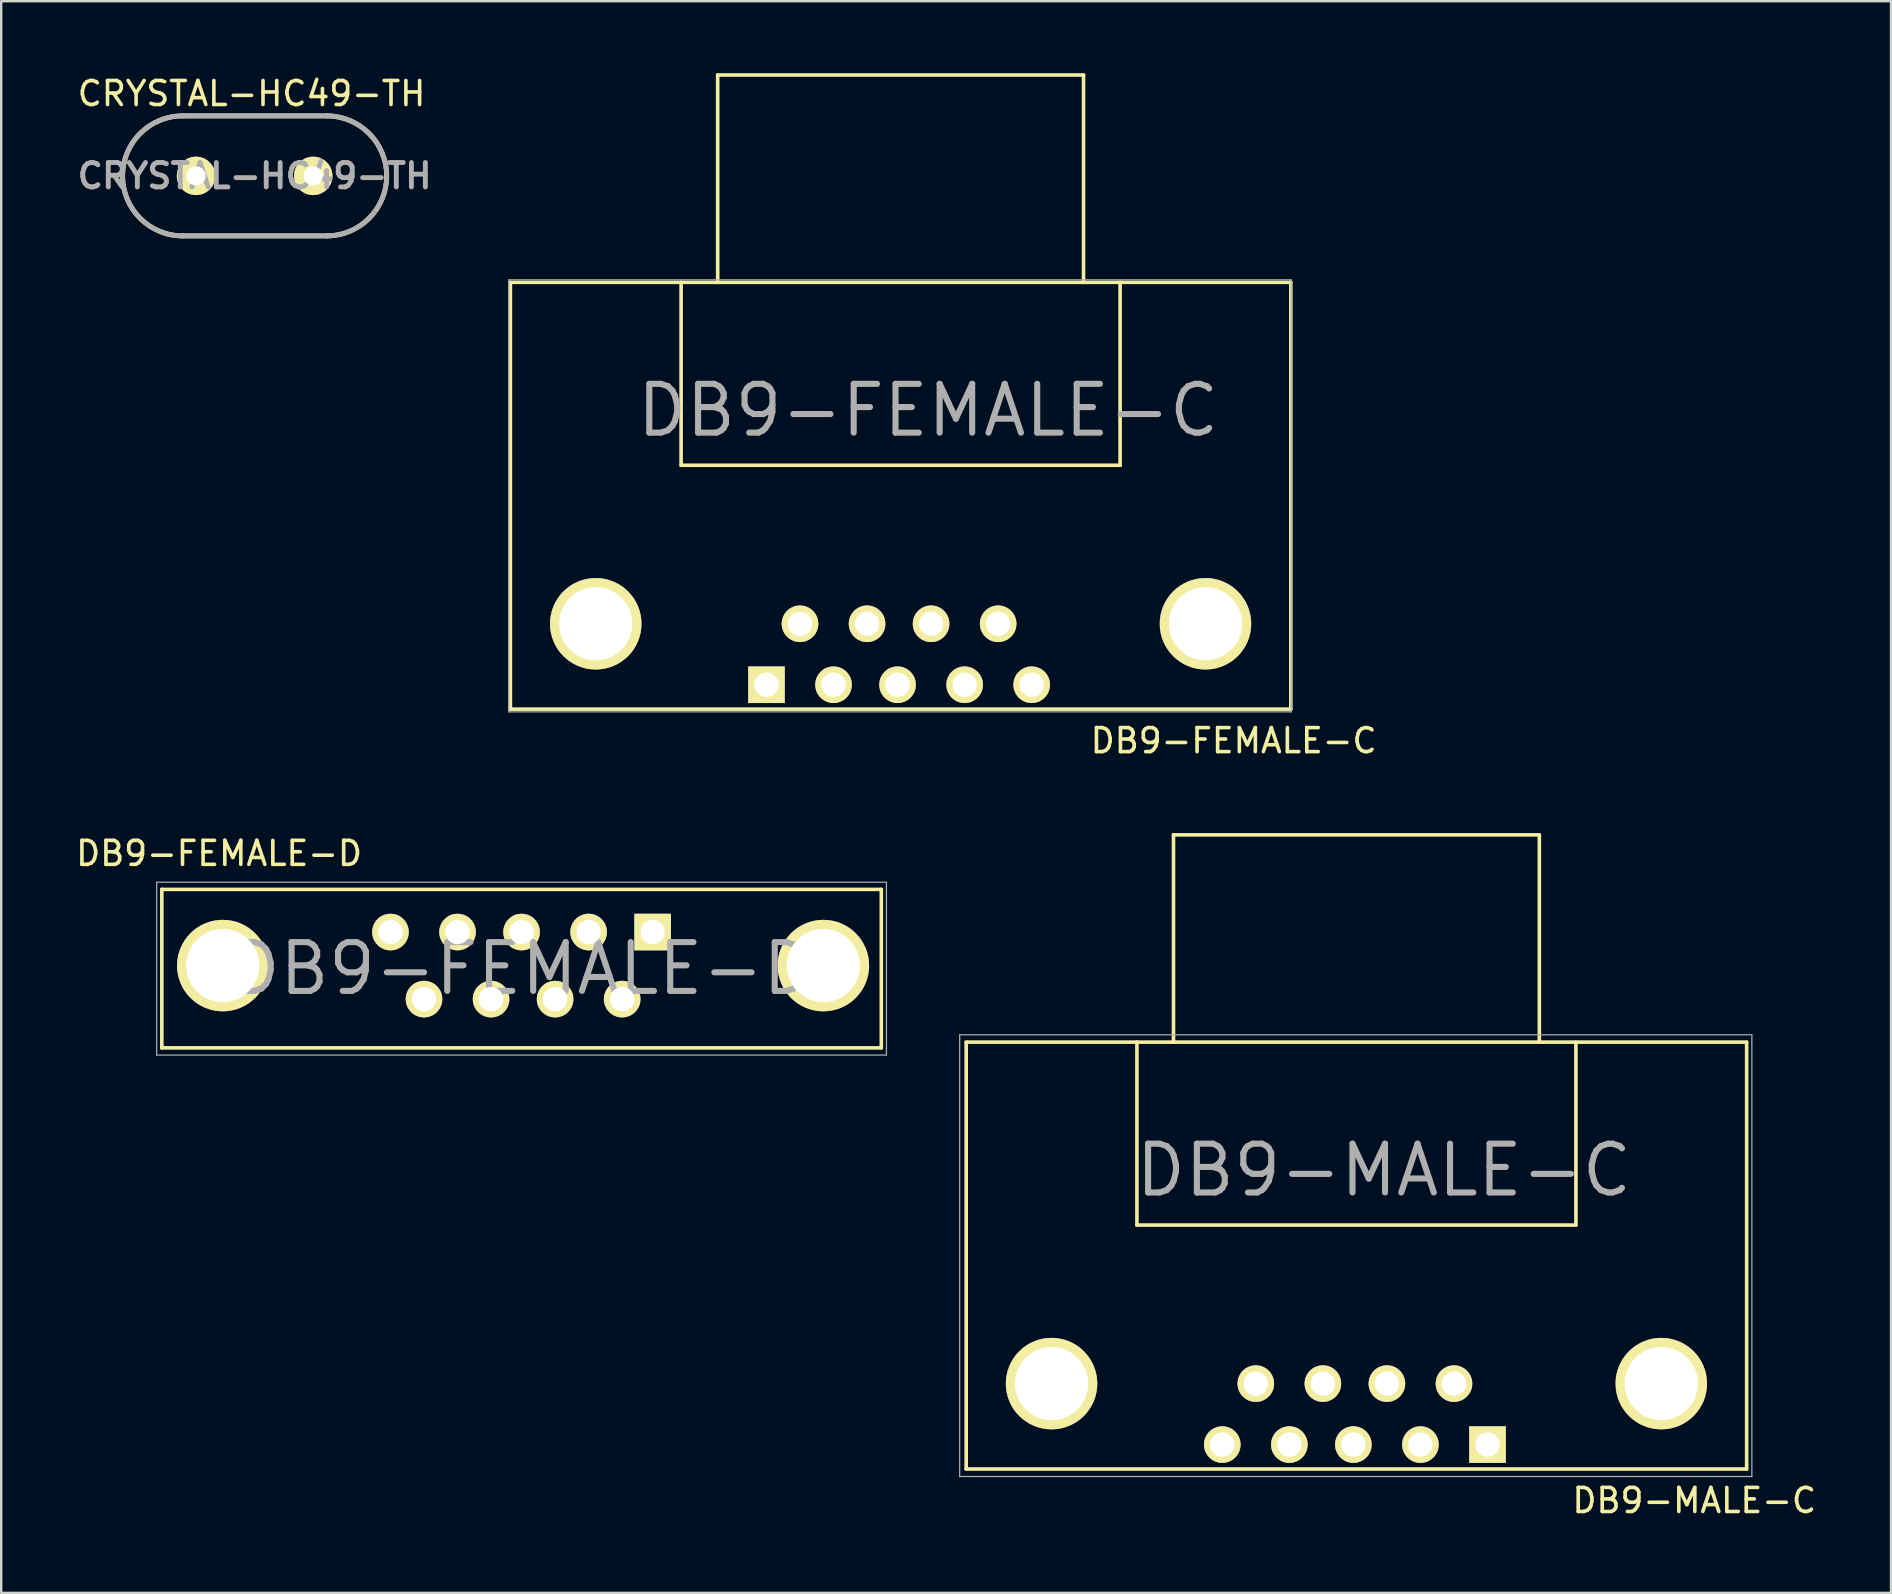
<source format=kicad_pcb>
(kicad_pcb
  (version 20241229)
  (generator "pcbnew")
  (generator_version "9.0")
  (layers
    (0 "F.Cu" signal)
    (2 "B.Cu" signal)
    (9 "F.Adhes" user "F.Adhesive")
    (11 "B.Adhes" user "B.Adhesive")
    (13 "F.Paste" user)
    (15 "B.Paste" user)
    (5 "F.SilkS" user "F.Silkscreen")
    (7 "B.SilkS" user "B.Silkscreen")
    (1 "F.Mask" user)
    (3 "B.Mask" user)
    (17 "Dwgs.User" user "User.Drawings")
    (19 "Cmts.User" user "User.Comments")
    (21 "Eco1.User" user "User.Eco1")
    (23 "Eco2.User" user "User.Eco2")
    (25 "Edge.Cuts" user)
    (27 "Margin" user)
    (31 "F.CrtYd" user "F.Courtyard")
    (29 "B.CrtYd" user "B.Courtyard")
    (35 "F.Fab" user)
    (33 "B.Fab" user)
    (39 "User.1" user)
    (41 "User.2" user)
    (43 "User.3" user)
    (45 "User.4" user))
  (footprint "DB9-FEMALE-C"
    (layer "F.Cu")
    (at 34.34 24.205)
    (property "Reference" "DB9-FEMALE-C" (at 1.27 -10.16 0) (layer "F.Fab") (effects (font (size 2.032 2.032) (thickness 0.254))))
    (attr smd)
    (fp_line (start -16.129 -15.494) (end -16.129 2.286) (stroke (width 0.15) (type solid)) (layer "F.SilkS"))
    (fp_line (start -16.129 2.286) (end 16.383 2.286) (stroke (width 0.15) (type solid)) (layer "F.SilkS"))
    (fp_line (start -9.017 -15.494) (end -9.017 -7.874) (stroke (width 0.15) (type solid)) (layer "F.SilkS"))
    (fp_line (start -9.017 -7.874) (end 9.271 -7.874) (stroke (width 0.15) (type solid)) (layer "F.SilkS"))
    (fp_line (start -7.493 -24.13) (end 7.747 -24.13) (stroke (width 0.15) (type solid)) (layer "F.SilkS"))
    (fp_line (start -7.493 -15.494) (end -7.493 -24.13) (stroke (width 0.15) (type solid)) (layer "F.SilkS"))
    (fp_line (start 7.747 -24.13) (end 7.747 -15.494) (stroke (width 0.15) (type solid)) (layer "F.SilkS"))
    (fp_line (start 9.271 -7.874) (end 9.271 -15.494) (stroke (width 0.15) (type solid)) (layer "F.SilkS"))
    (fp_line (start 16.383 -15.494) (end -16.129 -15.494) (stroke (width 0.15) (type solid)) (layer "F.SilkS"))
    (fp_line (start 16.383 2.286) (end 16.383 -15.494) (stroke (width 0.15) (type solid)) (layer "F.SilkS"))
    (fp_line (start -16.2 -15.6) (end 16.4 -15.6) (stroke (width 0.051) (type solid)) (layer "F.Fab"))
    (fp_line (start -16.2 2.4) (end -16.2 -15.6) (stroke (width 0.051) (type solid)) (layer "F.Fab"))
    (fp_line (start 16.4 -15.6) (end 16.4 2.4) (stroke (width 0.051) (type solid)) (layer "F.Fab"))
    (fp_line (start 16.4 2.4) (end -16.2 2.4) (stroke (width 0.051) (type solid)) (layer "F.Fab"))
    (fp_text user "${REFERENCE}" (at 14 3.6 0) (layer "F.SilkS") (effects (font (size 1 1) (thickness 0.15))))
    (pad "" thru_hole circle (at -12.573 -1.27) (size 3.81 3.81) (drill 3.048) (layers "*.Cu" "*.Mask" "F.SilkS"))
    (pad "" thru_hole circle (at 12.827 -1.27) (size 3.81 3.81) (drill 3.048) (layers "*.Cu" "*.Mask" "F.SilkS"))
    (pad "1" thru_hole rect (at -5.461 1.27) (size 1.524 1.524) (drill 1.016) (layers "*.Cu" "*.Mask" "F.SilkS"))
    (pad "2" thru_hole circle (at -2.667 1.27) (size 1.524 1.524) (drill 1.016) (layers "*.Cu" "*.Mask" "F.SilkS"))
    (pad "3" thru_hole circle (at 0 1.27) (size 1.524 1.524) (drill 1.016) (layers "*.Cu" "*.Mask" "F.SilkS"))
    (pad "4" thru_hole circle (at 2.794 1.27) (size 1.524 1.524) (drill 1.016) (layers "*.Cu" "*.Mask" "F.SilkS"))
    (pad "5" thru_hole circle (at 5.588 1.27) (size 1.524 1.524) (drill 1.016) (layers "*.Cu" "*.Mask" "F.SilkS"))
    (pad "6" thru_hole circle (at -4.064 -1.27) (size 1.524 1.524) (drill 1.016) (layers "*.Cu" "*.Mask" "F.SilkS"))
    (pad "7" thru_hole circle (at -1.27 -1.27) (size 1.524 1.524) (drill 1.016) (layers "*.Cu" "*.Mask" "F.SilkS"))
    (pad "8" thru_hole circle (at 1.397 -1.27) (size 1.524 1.524) (drill 1.016) (layers "*.Cu" "*.Mask" "F.SilkS"))
    (pad "9" thru_hole circle (at 4.191 -1.27) (size 1.524 1.524) (drill 1.016) (layers "*.Cu" "*.Mask" "F.SilkS")))
  (footprint "DB9-FEMALE-D"
    (layer "F.Cu")
    (at 18.677 37.301)
    (property "Reference" "DB9-FEMALE-D" (at 0 0 0) (layer "F.Fab") (effects (font (size 2.032 2.032) (thickness 0.254))))
    (attr smd)
    (fp_line (start -14.986 -3.302) (end -14.986 3.302) (stroke (width 0.15) (type solid)) (layer "F.SilkS"))
    (fp_line (start -14.986 3.302) (end 14.986 3.302) (stroke (width 0.15) (type solid)) (layer "F.SilkS"))
    (fp_line (start 14.986 -3.302) (end -14.986 -3.302) (stroke (width 0.15) (type solid)) (layer "F.SilkS"))
    (fp_line (start 14.986 3.302) (end 14.986 -3.302) (stroke (width 0.15) (type solid)) (layer "F.SilkS"))
    (fp_line (start -15.2 -3.6) (end 15.2 -3.6) (stroke (width 0.051) (type solid)) (layer "F.Fab"))
    (fp_line (start -15.2 3.6) (end -15.2 -3.6) (stroke (width 0.051) (type solid)) (layer "F.Fab"))
    (fp_line (start 15.2 -3.6) (end 15.2 3.6) (stroke (width 0.051) (type solid)) (layer "F.Fab"))
    (fp_line (start 15.2 3.6) (end -15.2 3.6) (stroke (width 0.051) (type solid)) (layer "F.Fab"))
    (fp_text user "${REFERENCE}" (at -12.6 -4.8 0) (layer "F.SilkS") (effects (font (size 1 1) (thickness 0.15))))
    (pad "0" thru_hole circle (at -12.446 -0.127) (size 3.81 3.81) (drill 3.048) (layers "*.Cu" "*.Mask" "F.SilkS"))
    (pad "0" thru_hole circle (at 12.573 -0.127) (size 3.81 3.81) (drill 3.048) (layers "*.Cu" "*.Mask" "F.SilkS"))
    (pad "1" thru_hole rect (at 5.461 -1.524) (size 1.524 1.524) (drill 1.016) (layers "*.Cu" "*.Mask" "F.SilkS"))
    (pad "2" thru_hole circle (at 2.794 -1.524) (size 1.524 1.524) (drill 1.016) (layers "*.Cu" "*.Mask" "F.SilkS"))
    (pad "3" thru_hole circle (at 0 -1.524) (size 1.524 1.524) (drill 1.016) (layers "*.Cu" "*.Mask" "F.SilkS"))
    (pad "4" thru_hole circle (at -2.667 -1.524) (size 1.524 1.524) (drill 1.016) (layers "*.Cu" "*.Mask" "F.SilkS"))
    (pad "5" thru_hole circle (at -5.461 -1.524) (size 1.524 1.524) (drill 1.016) (layers "*.Cu" "*.Mask" "F.SilkS"))
    (pad "6" thru_hole circle (at 4.191 1.27) (size 1.524 1.524) (drill 1.016) (layers "*.Cu" "*.Mask" "F.SilkS"))
    (pad "7" thru_hole circle (at 1.397 1.27) (size 1.524 1.524) (drill 1.016) (layers "*.Cu" "*.Mask" "F.SilkS"))
    (pad "8" thru_hole circle (at -1.27 1.27) (size 1.524 1.524) (drill 1.016) (layers "*.Cu" "*.Mask" "F.SilkS"))
    (pad "9" thru_hole circle (at -4.064 1.27) (size 1.524 1.524) (drill 1.016) (layers "*.Cu" "*.Mask" "F.SilkS")))
  (footprint "CRYSTAL-HC49-TH"
    (layer "F.Cu")
    (at 7.557 4.277)
    (property "Reference" "CRYSTAL-HC49-TH" (at 0 0 0) (layer "F.Fab") (effects (font (size 1.016 1.016) (thickness 0.203))))
    (attr smd)
    (fp_line (start -3 -2.5) (end 3 -2.5) (stroke (width 0.203) (type solid)) (layer "F.SilkS"))
    (fp_line (start 3 2.5) (end -3 2.5) (stroke (width 0.203) (type solid)) (layer "F.SilkS"))
    (fp_arc (start -5.5 0) (mid -4.767767 -1.767767) (end -3 -2.5) (stroke (width 0.2032) (type solid)) (layer "F.SilkS"))
    (fp_arc (start -3 2.5) (mid -4.767767 1.767767) (end -5.5 0) (stroke (width 0.2032) (type solid)) (layer "F.SilkS"))
    (fp_arc (start 3 -2.5) (mid 4.767767 -1.767767) (end 5.5 0) (stroke (width 0.2032) (type solid)) (layer "F.SilkS"))
    (fp_arc (start 5.5 0) (mid 4.767767 1.767767) (end 3 2.5) (stroke (width 0.2032) (type solid)) (layer "F.SilkS"))
    (fp_line (start -3 -2.5) (end 3 -2.5) (stroke (width 0.203) (type solid)) (layer "F.Fab"))
    (fp_line (start 3 2.5) (end -3 2.5) (stroke (width 0.203) (type solid)) (layer "F.Fab"))
    (fp_arc (start -5.5 0) (mid -4.767767 -1.767767) (end -3 -2.5) (stroke (width 0.2032) (type solid)) (layer "F.Fab"))
    (fp_arc (start -3 2.5) (mid -4.767767 1.767767) (end -5.5 0) (stroke (width 0.2032) (type solid)) (layer "F.Fab"))
    (fp_arc (start 3 -2.5) (mid 4.767767 -1.767767) (end 5.5 0) (stroke (width 0.2032) (type solid)) (layer "F.Fab"))
    (fp_arc (start 5.5 0) (mid 4.767767 1.767767) (end 3 2.5) (stroke (width 0.2032) (type solid)) (layer "F.Fab"))
    (fp_text user "${REFERENCE}" (at -0.127 -3.429 0) (layer "F.SilkS") (effects (font (size 1 1) (thickness 0.15))))
    (pad "1" thru_hole circle (at -2.44 0) (size 1.6 1.6) (drill 0.8) (layers "*.Cu" "*.Mask" "F.SilkS"))
    (pad "2" thru_hole circle (at 2.44 0) (size 1.6 1.6) (drill 0.8) (layers "*.Cu" "*.Mask" "F.SilkS")))
  (footprint "DB9-MALE-C"
    (layer "F.Cu")
    (at 53.328 55.858)
    (property "Reference" "DB9-MALE-C" (at 1.27 -10.16 0) (layer "F.Fab") (effects (font (size 2.032 2.032) (thickness 0.254))))
    (attr smd)
    (fp_line (start -16.129 -15.494) (end -16.129 2.286) (stroke (width 0.15) (type solid)) (layer "F.SilkS"))
    (fp_line (start -16.129 2.286) (end 16.383 2.286) (stroke (width 0.15) (type solid)) (layer "F.SilkS"))
    (fp_line (start -9.017 -15.494) (end -9.017 -7.874) (stroke (width 0.15) (type solid)) (layer "F.SilkS"))
    (fp_line (start -9.017 -7.874) (end 9.271 -7.874) (stroke (width 0.15) (type solid)) (layer "F.SilkS"))
    (fp_line (start -7.493 -24.13) (end 7.747 -24.13) (stroke (width 0.15) (type solid)) (layer "F.SilkS"))
    (fp_line (start -7.493 -15.494) (end -7.493 -24.13) (stroke (width 0.15) (type solid)) (layer "F.SilkS"))
    (fp_line (start 7.747 -24.13) (end 7.747 -15.494) (stroke (width 0.15) (type solid)) (layer "F.SilkS"))
    (fp_line (start 9.271 -7.874) (end 9.271 -15.494) (stroke (width 0.15) (type solid)) (layer "F.SilkS"))
    (fp_line (start 16.383 -15.494) (end -16.129 -15.494) (stroke (width 0.15) (type solid)) (layer "F.SilkS"))
    (fp_line (start 16.383 2.286) (end 16.383 -15.494) (stroke (width 0.15) (type solid)) (layer "F.SilkS"))
    (fp_line (start -16.4 -15.8) (end 16.6 -15.8) (stroke (width 0.051) (type solid)) (layer "F.Fab"))
    (fp_line (start -16.4 -15.6) (end -16.4 -15.8) (stroke (width 0.051) (type solid)) (layer "F.Fab"))
    (fp_line (start -16.4 2.6) (end -16.4 -15.6) (stroke (width 0.051) (type solid)) (layer "F.Fab"))
    (fp_line (start 16.6 -15.8) (end 16.6 2.6) (stroke (width 0.051) (type solid)) (layer "F.Fab"))
    (fp_line (start 16.6 2.6) (end -16.4 2.6) (stroke (width 0.051) (type solid)) (layer "F.Fab"))
    (fp_text user "${REFERENCE}" (at 14.2 3.6 0) (layer "F.SilkS") (effects (font (size 1 1) (thickness 0.15))))
    (pad "" thru_hole circle (at -12.573 -1.27) (size 3.81 3.81) (drill 3.048) (layers "*.Cu" "*.Mask" "F.SilkS"))
    (pad "" thru_hole circle (at 12.827 -1.27) (size 3.81 3.81) (drill 3.048) (layers "*.Cu" "*.Mask" "F.SilkS"))
    (pad "1" thru_hole rect (at 5.588 1.27) (size 1.524 1.524) (drill 1.016) (layers "*.Cu" "*.Mask" "F.SilkS"))
    (pad "2" thru_hole circle (at 2.794 1.27) (size 1.524 1.524) (drill 1.016) (layers "*.Cu" "*.Mask" "F.SilkS"))
    (pad "3" thru_hole circle (at 0 1.27) (size 1.524 1.524) (drill 1.016) (layers "*.Cu" "*.Mask" "F.SilkS"))
    (pad "4" thru_hole circle (at -2.667 1.27) (size 1.524 1.524) (drill 1.016) (layers "*.Cu" "*.Mask" "F.SilkS"))
    (pad "5" thru_hole circle (at -5.461 1.27) (size 1.524 1.524) (drill 1.016) (layers "*.Cu" "*.Mask" "F.SilkS"))
    (pad "6" thru_hole circle (at 4.191 -1.27) (size 1.524 1.524) (drill 1.016) (layers "*.Cu" "*.Mask" "F.SilkS"))
    (pad "7" thru_hole circle (at 1.397 -1.27) (size 1.524 1.524) (drill 1.016) (layers "*.Cu" "*.Mask" "F.SilkS"))
    (pad "8" thru_hole circle (at -1.27 -1.27) (size 1.524 1.524) (drill 1.016) (layers "*.Cu" "*.Mask" "F.SilkS"))
    (pad "9" thru_hole circle (at -4.064 -1.27) (size 1.524 1.524) (drill 1.016) (layers "*.Cu" "*.Mask" "F.SilkS")))
  (gr_rect
    (start -3 -3)
    (end 75.725 63.306)
    (stroke (width 0.1) (type default))
    (fill no)
    (layer "Edge.Cuts")))
</source>
